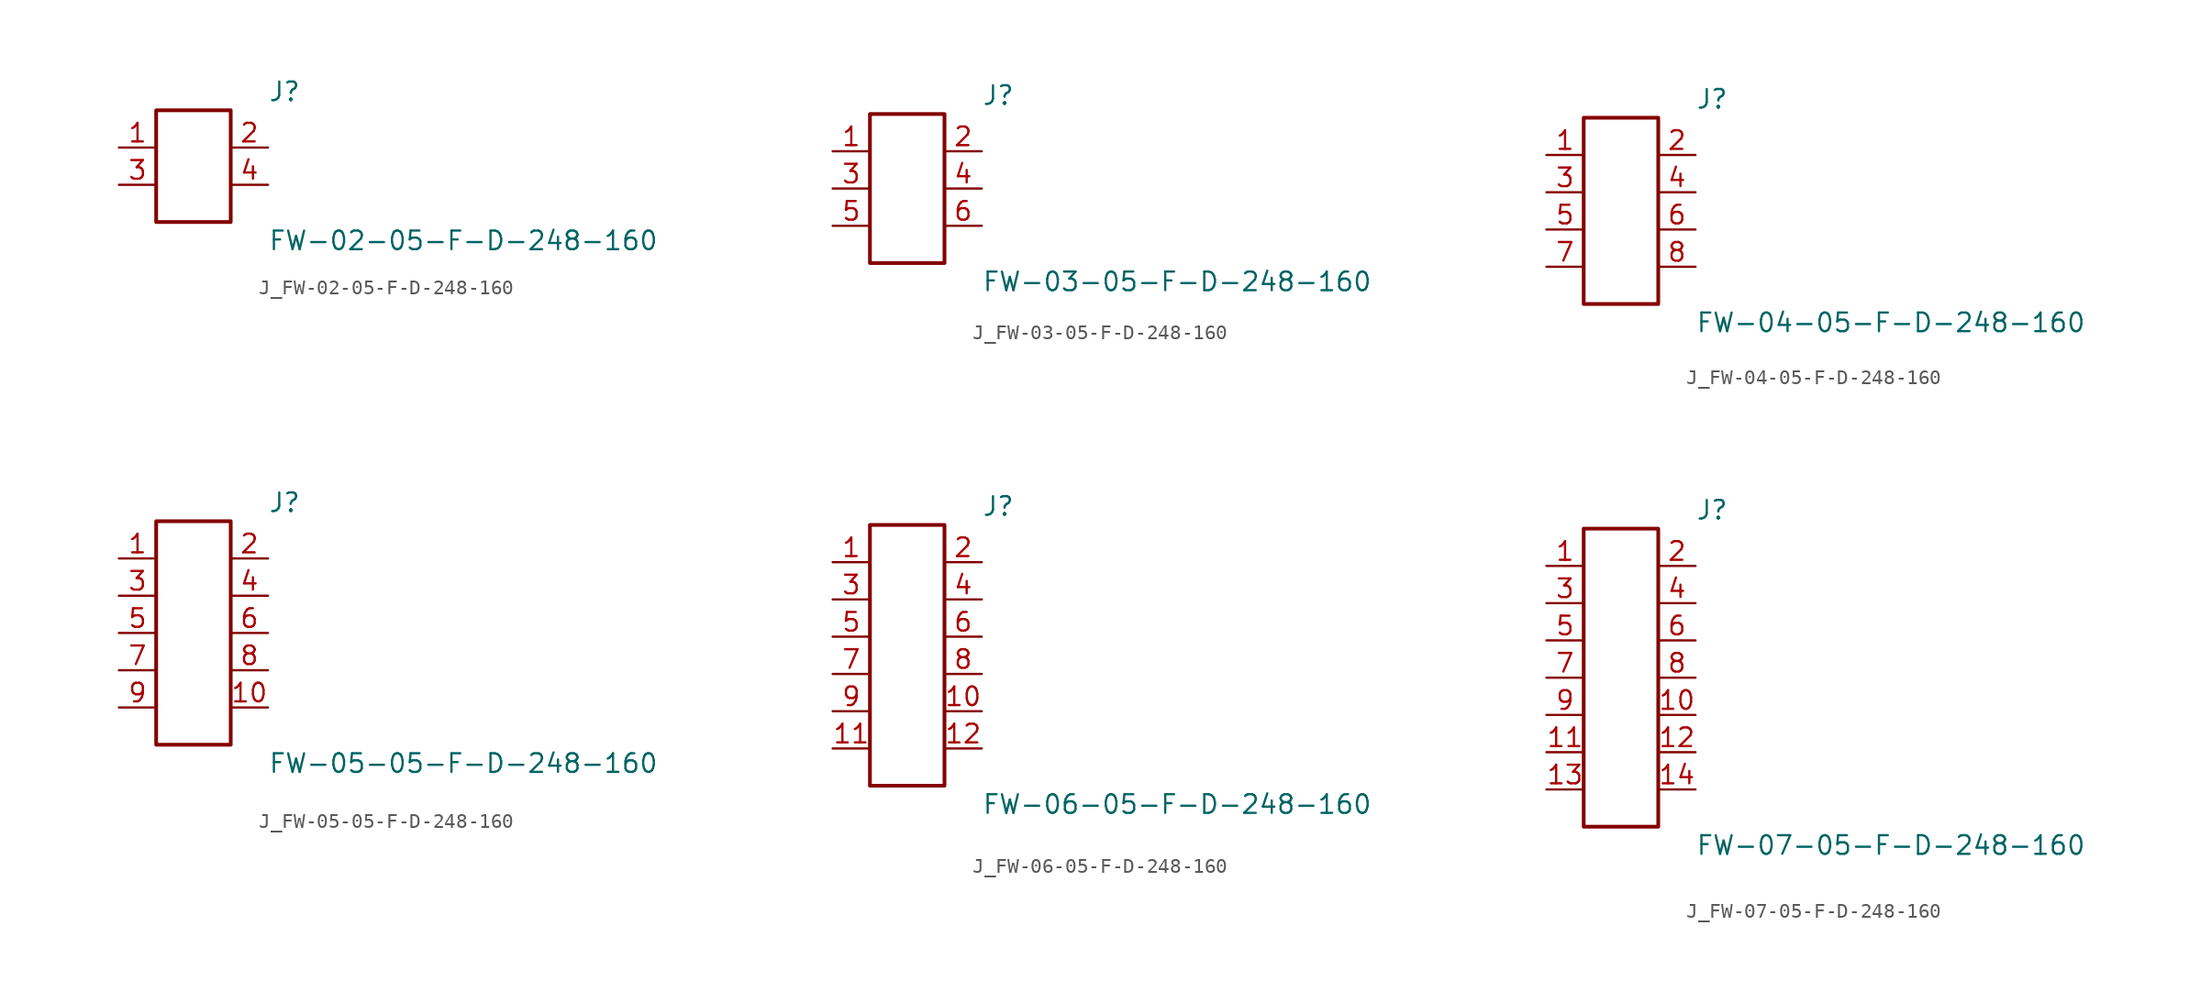
<source format=kicad_sym>
(kicad_symbol_lib
  (version 20231120)
  (generator kicad_symbol_editor)
  (generator_version 8.0)
  (symbol "J_FW-02-05-F-D-248-160"
    (pin_names
      (offset 0.254))
    (property "Reference" "J"
      (at 5.08 5.08 0)
      (effects (font (size 1.27 1.27)) (justify left)))
    (property "Value" "FW-02-05-F-D-248-160"
      (at 5.08 -5.08 0)
      (effects (font (size 1.27 1.27)) (justify left)))
    (symbol "J_FW-02-05-F-D-248-160_0_0"
      (pin passive line (at -5.08 1.27 0) (length 2.54) (name "" (effects (font (size 1.27 1.27)))) (number "1" (effects (font (size 1.27 1.27)))))
      (pin passive line (at 5.08 1.27 180) (length 2.54) (name "" (effects (font (size 1.27 1.27)))) (number "2" (effects (font (size 1.27 1.27)))))
      (pin passive line (at -5.08 -1.27 0) (length 2.54) (name "" (effects (font (size 1.27 1.27)))) (number "3" (effects (font (size 1.27 1.27)))))
      (pin passive line (at 5.08 -1.27 180) (length 2.54) (name "" (effects (font (size 1.27 1.27)))) (number "4" (effects (font (size 1.27 1.27))))))
    (symbol "J_FW-02-05-F-D-248-160_1_0"
      (rectangle (start -2.54 3.81) (end 2.54 -3.81) (stroke (width 0.254) (type solid)) (fill (type none)))))
  (symbol "J_FW-03-05-F-D-248-160"
    (pin_names
      (offset 0.254))
    (property "Reference" "J"
      (at 5.08 6.35 0)
      (effects (font (size 1.27 1.27)) (justify left)))
    (property "Value" "FW-03-05-F-D-248-160"
      (at 5.08 -6.35 0)
      (effects (font (size 1.27 1.27)) (justify left)))
    (symbol "J_FW-03-05-F-D-248-160_0_0"
      (pin passive line (at -5.08 2.54 0) (length 2.54) (name "" (effects (font (size 1.27 1.27)))) (number "1" (effects (font (size 1.27 1.27)))))
      (pin passive line (at 5.08 2.54 180) (length 2.54) (name "" (effects (font (size 1.27 1.27)))) (number "2" (effects (font (size 1.27 1.27)))))
      (pin passive line (at -5.08 0.0 0) (length 2.54) (name "" (effects (font (size 1.27 1.27)))) (number "3" (effects (font (size 1.27 1.27)))))
      (pin passive line (at 5.08 0.0 180) (length 2.54) (name "" (effects (font (size 1.27 1.27)))) (number "4" (effects (font (size 1.27 1.27)))))
      (pin passive line (at -5.08 -2.54 0) (length 2.54) (name "" (effects (font (size 1.27 1.27)))) (number "5" (effects (font (size 1.27 1.27)))))
      (pin passive line (at 5.08 -2.54 180) (length 2.54) (name "" (effects (font (size 1.27 1.27)))) (number "6" (effects (font (size 1.27 1.27))))))
    (symbol "J_FW-03-05-F-D-248-160_1_0"
      (rectangle (start -2.54 5.08) (end 2.54 -5.08) (stroke (width 0.254) (type solid)) (fill (type none)))))
  (symbol "J_FW-04-05-F-D-248-160"
    (pin_names
      (offset 0.254))
    (property "Reference" "J"
      (at 5.08 7.62 0)
      (effects (font (size 1.27 1.27)) (justify left)))
    (property "Value" "FW-04-05-F-D-248-160"
      (at 5.08 -7.62 0)
      (effects (font (size 1.27 1.27)) (justify left)))
    (symbol "J_FW-04-05-F-D-248-160_0_0"
      (pin passive line (at -5.08 3.81 0) (length 2.54) (name "" (effects (font (size 1.27 1.27)))) (number "1" (effects (font (size 1.27 1.27)))))
      (pin passive line (at 5.08 3.81 180) (length 2.54) (name "" (effects (font (size 1.27 1.27)))) (number "2" (effects (font (size 1.27 1.27)))))
      (pin passive line (at -5.08 1.27 0) (length 2.54) (name "" (effects (font (size 1.27 1.27)))) (number "3" (effects (font (size 1.27 1.27)))))
      (pin passive line (at 5.08 1.27 180) (length 2.54) (name "" (effects (font (size 1.27 1.27)))) (number "4" (effects (font (size 1.27 1.27)))))
      (pin passive line (at -5.08 -1.27 0) (length 2.54) (name "" (effects (font (size 1.27 1.27)))) (number "5" (effects (font (size 1.27 1.27)))))
      (pin passive line (at 5.08 -1.27 180) (length 2.54) (name "" (effects (font (size 1.27 1.27)))) (number "6" (effects (font (size 1.27 1.27)))))
      (pin passive line (at -5.08 -3.81 0) (length 2.54) (name "" (effects (font (size 1.27 1.27)))) (number "7" (effects (font (size 1.27 1.27)))))
      (pin passive line (at 5.08 -3.81 180) (length 2.54) (name "" (effects (font (size 1.27 1.27)))) (number "8" (effects (font (size 1.27 1.27))))))
    (symbol "J_FW-04-05-F-D-248-160_1_0"
      (rectangle (start -2.54 6.35) (end 2.54 -6.35) (stroke (width 0.254) (type solid)) (fill (type none)))))
  (symbol "J_FW-05-05-F-D-248-160"
    (pin_names
      (offset 0.254))
    (property "Reference" "J"
      (at 5.08 8.89 0)
      (effects (font (size 1.27 1.27)) (justify left)))
    (property "Value" "FW-05-05-F-D-248-160"
      (at 5.08 -8.89 0)
      (effects (font (size 1.27 1.27)) (justify left)))
    (symbol "J_FW-05-05-F-D-248-160_0_0"
      (pin passive line (at -5.08 5.08 0) (length 2.54) (name "" (effects (font (size 1.27 1.27)))) (number "1" (effects (font (size 1.27 1.27)))))
      (pin passive line (at 5.08 5.08 180) (length 2.54) (name "" (effects (font (size 1.27 1.27)))) (number "2" (effects (font (size 1.27 1.27)))))
      (pin passive line (at -5.08 2.54 0) (length 2.54) (name "" (effects (font (size 1.27 1.27)))) (number "3" (effects (font (size 1.27 1.27)))))
      (pin passive line (at 5.08 2.54 180) (length 2.54) (name "" (effects (font (size 1.27 1.27)))) (number "4" (effects (font (size 1.27 1.27)))))
      (pin passive line (at -5.08 0.0 0) (length 2.54) (name "" (effects (font (size 1.27 1.27)))) (number "5" (effects (font (size 1.27 1.27)))))
      (pin passive line (at 5.08 0.0 180) (length 2.54) (name "" (effects (font (size 1.27 1.27)))) (number "6" (effects (font (size 1.27 1.27)))))
      (pin passive line (at -5.08 -2.54 0) (length 2.54) (name "" (effects (font (size 1.27 1.27)))) (number "7" (effects (font (size 1.27 1.27)))))
      (pin passive line (at 5.08 -2.54 180) (length 2.54) (name "" (effects (font (size 1.27 1.27)))) (number "8" (effects (font (size 1.27 1.27)))))
      (pin passive line (at -5.08 -5.08 0) (length 2.54) (name "" (effects (font (size 1.27 1.27)))) (number "9" (effects (font (size 1.27 1.27)))))
      (pin passive line (at 5.08 -5.08 180) (length 2.54) (name "" (effects (font (size 1.27 1.27)))) (number "10" (effects (font (size 1.27 1.27))))))
    (symbol "J_FW-05-05-F-D-248-160_1_0"
      (rectangle (start -2.54 7.62) (end 2.54 -7.62) (stroke (width 0.254) (type solid)) (fill (type none)))))
  (symbol "J_FW-06-05-F-D-248-160"
    (pin_names
      (offset 0.254))
    (property "Reference" "J"
      (at 5.08 10.16 0)
      (effects (font (size 1.27 1.27)) (justify left)))
    (property "Value" "FW-06-05-F-D-248-160"
      (at 5.08 -10.16 0)
      (effects (font (size 1.27 1.27)) (justify left)))
    (symbol "J_FW-06-05-F-D-248-160_0_0"
      (pin passive line (at -5.08 6.35 0) (length 2.54) (name "" (effects (font (size 1.27 1.27)))) (number "1" (effects (font (size 1.27 1.27)))))
      (pin passive line (at 5.08 6.35 180) (length 2.54) (name "" (effects (font (size 1.27 1.27)))) (number "2" (effects (font (size 1.27 1.27)))))
      (pin passive line (at -5.08 3.81 0) (length 2.54) (name "" (effects (font (size 1.27 1.27)))) (number "3" (effects (font (size 1.27 1.27)))))
      (pin passive line (at 5.08 3.81 180) (length 2.54) (name "" (effects (font (size 1.27 1.27)))) (number "4" (effects (font (size 1.27 1.27)))))
      (pin passive line (at -5.08 1.27 0) (length 2.54) (name "" (effects (font (size 1.27 1.27)))) (number "5" (effects (font (size 1.27 1.27)))))
      (pin passive line (at 5.08 1.27 180) (length 2.54) (name "" (effects (font (size 1.27 1.27)))) (number "6" (effects (font (size 1.27 1.27)))))
      (pin passive line (at -5.08 -1.27 0) (length 2.54) (name "" (effects (font (size 1.27 1.27)))) (number "7" (effects (font (size 1.27 1.27)))))
      (pin passive line (at 5.08 -1.27 180) (length 2.54) (name "" (effects (font (size 1.27 1.27)))) (number "8" (effects (font (size 1.27 1.27)))))
      (pin passive line (at -5.08 -3.81 0) (length 2.54) (name "" (effects (font (size 1.27 1.27)))) (number "9" (effects (font (size 1.27 1.27)))))
      (pin passive line (at 5.08 -3.81 180) (length 2.54) (name "" (effects (font (size 1.27 1.27)))) (number "10" (effects (font (size 1.27 1.27)))))
      (pin passive line (at -5.08 -6.35 0) (length 2.54) (name "" (effects (font (size 1.27 1.27)))) (number "11" (effects (font (size 1.27 1.27)))))
      (pin passive line (at 5.08 -6.35 180) (length 2.54) (name "" (effects (font (size 1.27 1.27)))) (number "12" (effects (font (size 1.27 1.27))))))
    (symbol "J_FW-06-05-F-D-248-160_1_0"
      (rectangle (start -2.54 8.89) (end 2.54 -8.89) (stroke (width 0.254) (type solid)) (fill (type none)))))
  (symbol "J_FW-07-05-F-D-248-160"
    (pin_names
      (offset 0.254))
    (property "Reference" "J"
      (at 5.08 11.43 0)
      (effects (font (size 1.27 1.27)) (justify left)))
    (property "Value" "FW-07-05-F-D-248-160"
      (at 5.08 -11.43 0)
      (effects (font (size 1.27 1.27)) (justify left)))
    (symbol "J_FW-07-05-F-D-248-160_0_0"
      (pin passive line (at -5.08 7.62 0) (length 2.54) (name "" (effects (font (size 1.27 1.27)))) (number "1" (effects (font (size 1.27 1.27)))))
      (pin passive line (at 5.08 7.62 180) (length 2.54) (name "" (effects (font (size 1.27 1.27)))) (number "2" (effects (font (size 1.27 1.27)))))
      (pin passive line (at -5.08 5.08 0) (length 2.54) (name "" (effects (font (size 1.27 1.27)))) (number "3" (effects (font (size 1.27 1.27)))))
      (pin passive line (at 5.08 5.08 180) (length 2.54) (name "" (effects (font (size 1.27 1.27)))) (number "4" (effects (font (size 1.27 1.27)))))
      (pin passive line (at -5.08 2.54 0) (length 2.54) (name "" (effects (font (size 1.27 1.27)))) (number "5" (effects (font (size 1.27 1.27)))))
      (pin passive line (at 5.08 2.54 180) (length 2.54) (name "" (effects (font (size 1.27 1.27)))) (number "6" (effects (font (size 1.27 1.27)))))
      (pin passive line (at -5.08 0.0 0) (length 2.54) (name "" (effects (font (size 1.27 1.27)))) (number "7" (effects (font (size 1.27 1.27)))))
      (pin passive line (at 5.08 0.0 180) (length 2.54) (name "" (effects (font (size 1.27 1.27)))) (number "8" (effects (font (size 1.27 1.27)))))
      (pin passive line (at -5.08 -2.54 0) (length 2.54) (name "" (effects (font (size 1.27 1.27)))) (number "9" (effects (font (size 1.27 1.27)))))
      (pin passive line (at 5.08 -2.54 180) (length 2.54) (name "" (effects (font (size 1.27 1.27)))) (number "10" (effects (font (size 1.27 1.27)))))
      (pin passive line (at -5.08 -5.08 0) (length 2.54) (name "" (effects (font (size 1.27 1.27)))) (number "11" (effects (font (size 1.27 1.27)))))
      (pin passive line (at 5.08 -5.08 180) (length 2.54) (name "" (effects (font (size 1.27 1.27)))) (number "12" (effects (font (size 1.27 1.27)))))
      (pin passive line (at -5.08 -7.62 0) (length 2.54) (name "" (effects (font (size 1.27 1.27)))) (number "13" (effects (font (size 1.27 1.27)))))
      (pin passive line (at 5.08 -7.62 180) (length 2.54) (name "" (effects (font (size 1.27 1.27)))) (number "14" (effects (font (size 1.27 1.27))))))
    (symbol "J_FW-07-05-F-D-248-160_1_0"
      (rectangle (start -2.54 10.16) (end 2.54 -10.16) (stroke (width 0.254) (type solid)) (fill (type none))))))
</source>
